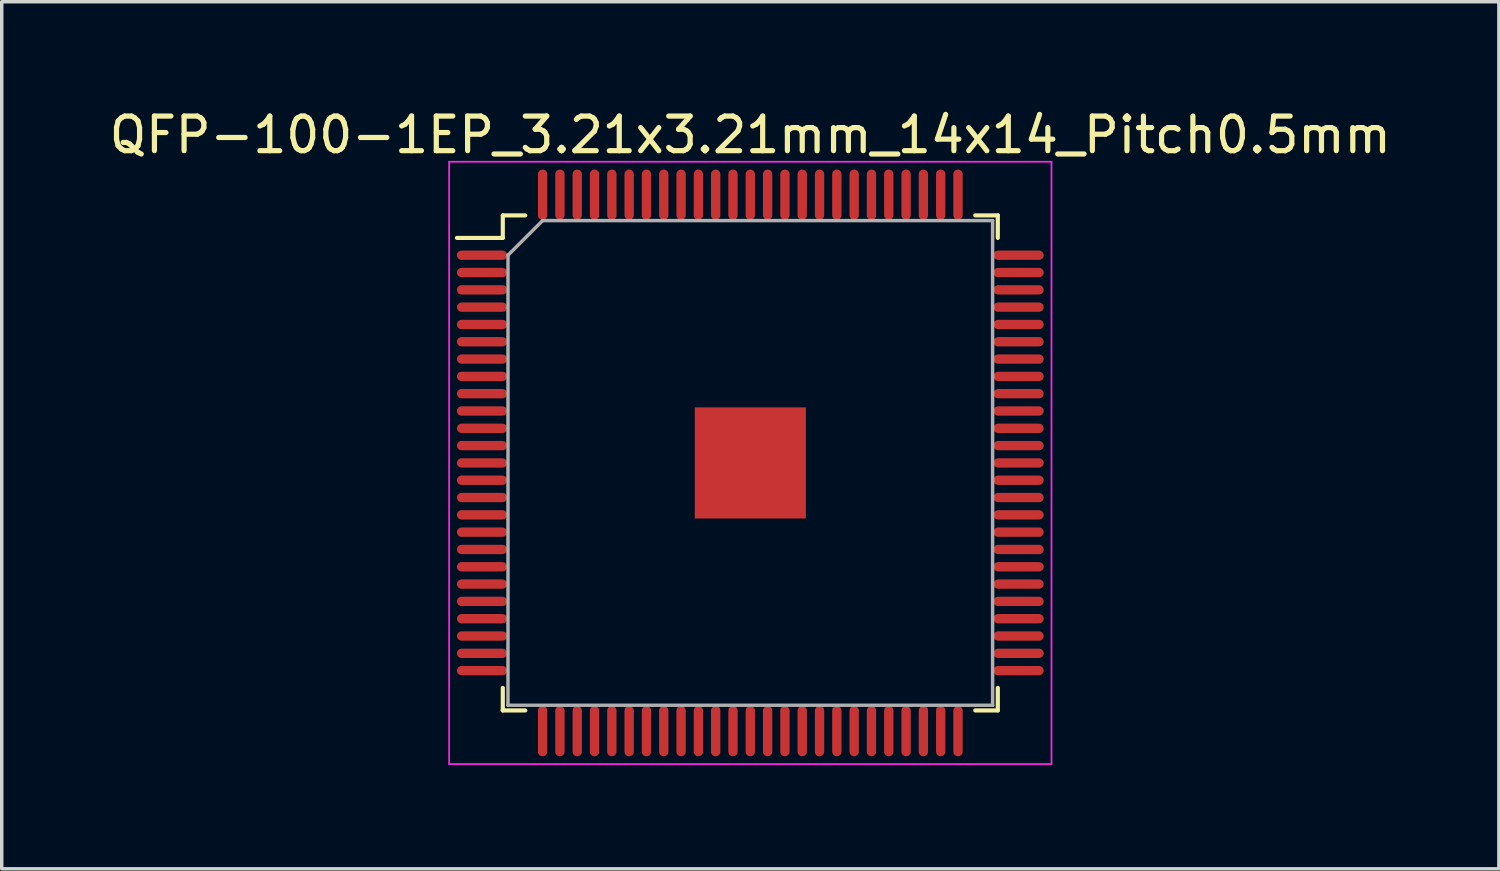
<source format=kicad_pcb>
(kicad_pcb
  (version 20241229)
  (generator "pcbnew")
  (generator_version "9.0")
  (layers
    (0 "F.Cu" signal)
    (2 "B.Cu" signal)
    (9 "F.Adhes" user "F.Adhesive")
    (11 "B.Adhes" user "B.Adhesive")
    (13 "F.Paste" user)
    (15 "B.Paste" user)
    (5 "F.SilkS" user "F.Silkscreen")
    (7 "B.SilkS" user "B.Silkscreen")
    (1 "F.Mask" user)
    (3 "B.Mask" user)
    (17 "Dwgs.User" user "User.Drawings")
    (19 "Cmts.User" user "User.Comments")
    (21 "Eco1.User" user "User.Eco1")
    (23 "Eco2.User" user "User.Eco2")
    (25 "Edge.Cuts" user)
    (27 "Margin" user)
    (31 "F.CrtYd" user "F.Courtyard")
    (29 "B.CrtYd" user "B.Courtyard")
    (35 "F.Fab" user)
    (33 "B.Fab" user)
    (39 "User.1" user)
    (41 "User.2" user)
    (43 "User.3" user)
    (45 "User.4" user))
  (footprint "QFP-100-1EP_3.21x3.21mm_14x14_Pitch0.5mm"
    (layer "F.Cu")
    (at 18.625 10.323)
    (property "Reference" "QFP-100-1EP_3.21x3.21mm_14x14_Pitch0.5mm" (at 0 -9.475 0) (layer "F.SilkS") (effects (font (size 1 1) (thickness 0.15))))
    (attr smd)
    (fp_line (start -7.15 -7.15) (end -7.15 -6.5) (stroke (width 0.12) (type solid)) (layer "F.SilkS"))
    (fp_line (start -7.15 -6.5) (end -8.475 -6.5) (stroke (width 0.12) (type solid)) (layer "F.SilkS"))
    (fp_line (start -7.15 7.15) (end -7.15 6.5) (stroke (width 0.12) (type solid)) (layer "F.SilkS"))
    (fp_line (start -6.5 -7.15) (end -7.15 -7.15) (stroke (width 0.12) (type solid)) (layer "F.SilkS"))
    (fp_line (start -6.5 7.15) (end -7.15 7.15) (stroke (width 0.12) (type solid)) (layer "F.SilkS"))
    (fp_line (start 6.5 -7.15) (end 7.15 -7.15) (stroke (width 0.12) (type solid)) (layer "F.SilkS"))
    (fp_line (start 6.5 7.15) (end 7.15 7.15) (stroke (width 0.12) (type solid)) (layer "F.SilkS"))
    (fp_line (start 7.15 -7.15) (end 7.15 -6.5) (stroke (width 0.12) (type solid)) (layer "F.SilkS"))
    (fp_line (start 7.15 7.15) (end 7.15 6.5) (stroke (width 0.12) (type solid)) (layer "F.SilkS"))
    (fp_line (start -8.7 -8.7) (end 8.7 -8.7) (stroke (width 0.05) (type solid)) (layer "F.CrtYd"))
    (fp_line (start -8.7 8.7) (end -8.7 -8.7) (stroke (width 0.05) (type solid)) (layer "F.CrtYd"))
    (fp_line (start 8.7 -8.7) (end 8.7 8.7) (stroke (width 0.05) (type solid)) (layer "F.CrtYd"))
    (fp_line (start 8.7 8.7) (end -8.7 8.7) (stroke (width 0.05) (type solid)) (layer "F.CrtYd"))
    (fp_line (start -7 -6) (end -7 7) (stroke (width 0.1) (type solid)) (layer "F.Fab"))
    (fp_line (start -7 7) (end 7 7) (stroke (width 0.1) (type solid)) (layer "F.Fab"))
    (fp_line (start -6 -7) (end -7 -6) (stroke (width 0.1) (type solid)) (layer "F.Fab"))
    (fp_line (start 7 -7) (end -6 -7) (stroke (width 0.1) (type solid)) (layer "F.Fab"))
    (fp_line (start 7 7) (end 7 -7) (stroke (width 0.1) (type solid)) (layer "F.Fab"))
    (pad "1" smd oval (at -7.75 -6 90) (size 0.27 1.45) (layers "F.Cu" "F.Mask" "F.Paste"))
    (pad "2" smd oval (at -7.75 -5.5 90) (size 0.27 1.45) (layers "F.Cu" "F.Mask" "F.Paste"))
    (pad "3" smd oval (at -7.75 -5 90) (size 0.27 1.45) (layers "F.Cu" "F.Mask" "F.Paste"))
    (pad "4" smd oval (at -7.75 -4.5 90) (size 0.27 1.45) (layers "F.Cu" "F.Mask" "F.Paste"))
    (pad "5" smd oval (at -7.75 -4 90) (size 0.27 1.45) (layers "F.Cu" "F.Mask" "F.Paste"))
    (pad "6" smd oval (at -7.75 -3.5 90) (size 0.27 1.45) (layers "F.Cu" "F.Mask" "F.Paste"))
    (pad "7" smd oval (at -7.75 -3 90) (size 0.27 1.45) (layers "F.Cu" "F.Mask" "F.Paste"))
    (pad "8" smd oval (at -7.75 -2.5 90) (size 0.27 1.45) (layers "F.Cu" "F.Mask" "F.Paste"))
    (pad "9" smd oval (at -7.75 -2 90) (size 0.27 1.45) (layers "F.Cu" "F.Mask" "F.Paste"))
    (pad "10" smd oval (at -7.75 -1.5 90) (size 0.27 1.45) (layers "F.Cu" "F.Mask" "F.Paste"))
    (pad "11" smd oval (at -7.75 -1 90) (size 0.27 1.45) (layers "F.Cu" "F.Mask" "F.Paste"))
    (pad "12" smd oval (at -7.75 -0.5 90) (size 0.27 1.45) (layers "F.Cu" "F.Mask" "F.Paste"))
    (pad "13" smd oval (at -7.75 0 90) (size 0.27 1.45) (layers "F.Cu" "F.Mask" "F.Paste"))
    (pad "14" smd oval (at -7.75 0.5 90) (size 0.27 1.45) (layers "F.Cu" "F.Mask" "F.Paste"))
    (pad "15" smd oval (at -7.75 1 90) (size 0.27 1.45) (layers "F.Cu" "F.Mask" "F.Paste"))
    (pad "16" smd oval (at -7.75 1.5 90) (size 0.27 1.45) (layers "F.Cu" "F.Mask" "F.Paste"))
    (pad "17" smd oval (at -7.75 2 90) (size 0.27 1.45) (layers "F.Cu" "F.Mask" "F.Paste"))
    (pad "18" smd oval (at -7.75 2.5 90) (size 0.27 1.45) (layers "F.Cu" "F.Mask" "F.Paste"))
    (pad "19" smd oval (at -7.75 3 90) (size 0.27 1.45) (layers "F.Cu" "F.Mask" "F.Paste"))
    (pad "20" smd oval (at -7.75 3.5 90) (size 0.27 1.45) (layers "F.Cu" "F.Mask" "F.Paste"))
    (pad "21" smd oval (at -7.75 4 90) (size 0.27 1.45) (layers "F.Cu" "F.Mask" "F.Paste"))
    (pad "22" smd oval (at -7.75 4.5 90) (size 0.27 1.45) (layers "F.Cu" "F.Mask" "F.Paste"))
    (pad "23" smd oval (at -7.75 5 90) (size 0.27 1.45) (layers "F.Cu" "F.Mask" "F.Paste"))
    (pad "24" smd oval (at -7.75 5.5 90) (size 0.27 1.45) (layers "F.Cu" "F.Mask" "F.Paste"))
    (pad "25" smd oval (at -7.75 6 90) (size 0.27 1.45) (layers "F.Cu" "F.Mask" "F.Paste"))
    (pad "26" smd oval (at -6 7.75) (size 0.27 1.45) (layers "F.Cu" "F.Mask" "F.Paste"))
    (pad "27" smd oval (at -5.5 7.75) (size 0.27 1.45) (layers "F.Cu" "F.Mask" "F.Paste"))
    (pad "28" smd oval (at -5 7.75) (size 0.27 1.45) (layers "F.Cu" "F.Mask" "F.Paste"))
    (pad "29" smd oval (at -4.5 7.75) (size 0.27 1.45) (layers "F.Cu" "F.Mask" "F.Paste"))
    (pad "30" smd oval (at -4 7.75) (size 0.27 1.45) (layers "F.Cu" "F.Mask" "F.Paste"))
    (pad "31" smd oval (at -3.5 7.75) (size 0.27 1.45) (layers "F.Cu" "F.Mask" "F.Paste"))
    (pad "32" smd oval (at -3 7.75) (size 0.27 1.45) (layers "F.Cu" "F.Mask" "F.Paste"))
    (pad "33" smd oval (at -2.5 7.75) (size 0.27 1.45) (layers "F.Cu" "F.Mask" "F.Paste"))
    (pad "34" smd oval (at -2 7.75) (size 0.27 1.45) (layers "F.Cu" "F.Mask" "F.Paste"))
    (pad "35" smd oval (at -1.5 7.75) (size 0.27 1.45) (layers "F.Cu" "F.Mask" "F.Paste"))
    (pad "36" smd oval (at -1 7.75) (size 0.27 1.45) (layers "F.Cu" "F.Mask" "F.Paste"))
    (pad "37" smd oval (at -0.5 7.75) (size 0.27 1.45) (layers "F.Cu" "F.Mask" "F.Paste"))
    (pad "38" smd oval (at 0 7.75) (size 0.27 1.45) (layers "F.Cu" "F.Mask" "F.Paste"))
    (pad "39" smd oval (at 0.5 7.75) (size 0.27 1.45) (layers "F.Cu" "F.Mask" "F.Paste"))
    (pad "40" smd oval (at 1 7.75) (size 0.27 1.45) (layers "F.Cu" "F.Mask" "F.Paste"))
    (pad "41" smd oval (at 1.5 7.75) (size 0.27 1.45) (layers "F.Cu" "F.Mask" "F.Paste"))
    (pad "42" smd oval (at 2 7.75) (size 0.27 1.45) (layers "F.Cu" "F.Mask" "F.Paste"))
    (pad "43" smd oval (at 2.5 7.75) (size 0.27 1.45) (layers "F.Cu" "F.Mask" "F.Paste"))
    (pad "44" smd oval (at 3 7.75) (size 0.27 1.45) (layers "F.Cu" "F.Mask" "F.Paste"))
    (pad "45" smd oval (at 3.5 7.75) (size 0.27 1.45) (layers "F.Cu" "F.Mask" "F.Paste"))
    (pad "46" smd oval (at 4 7.75) (size 0.27 1.45) (layers "F.Cu" "F.Mask" "F.Paste"))
    (pad "47" smd oval (at 4.5 7.75) (size 0.27 1.45) (layers "F.Cu" "F.Mask" "F.Paste"))
    (pad "48" smd oval (at 5 7.75) (size 0.27 1.45) (layers "F.Cu" "F.Mask" "F.Paste"))
    (pad "49" smd oval (at 5.5 7.75) (size 0.27 1.45) (layers "F.Cu" "F.Mask" "F.Paste"))
    (pad "50" smd oval (at 6 7.75) (size 0.27 1.45) (layers "F.Cu" "F.Mask" "F.Paste"))
    (pad "51" smd oval (at 7.75 6 90) (size 0.27 1.45) (layers "F.Cu" "F.Mask" "F.Paste"))
    (pad "52" smd oval (at 7.75 5.5 90) (size 0.27 1.45) (layers "F.Cu" "F.Mask" "F.Paste"))
    (pad "53" smd oval (at 7.75 5 90) (size 0.27 1.45) (layers "F.Cu" "F.Mask" "F.Paste"))
    (pad "54" smd oval (at 7.75 4.5 90) (size 0.27 1.45) (layers "F.Cu" "F.Mask" "F.Paste"))
    (pad "55" smd oval (at 7.75 4 90) (size 0.27 1.45) (layers "F.Cu" "F.Mask" "F.Paste"))
    (pad "56" smd oval (at 7.75 3.5 90) (size 0.27 1.45) (layers "F.Cu" "F.Mask" "F.Paste"))
    (pad "57" smd oval (at 7.75 3 90) (size 0.27 1.45) (layers "F.Cu" "F.Mask" "F.Paste"))
    (pad "58" smd oval (at 7.75 2.5 90) (size 0.27 1.45) (layers "F.Cu" "F.Mask" "F.Paste"))
    (pad "59" smd oval (at 7.75 2 90) (size 0.27 1.45) (layers "F.Cu" "F.Mask" "F.Paste"))
    (pad "60" smd oval (at 7.75 1.5 90) (size 0.27 1.45) (layers "F.Cu" "F.Mask" "F.Paste"))
    (pad "61" smd oval (at 7.75 1 90) (size 0.27 1.45) (layers "F.Cu" "F.Mask" "F.Paste"))
    (pad "62" smd oval (at 7.75 0.5 90) (size 0.27 1.45) (layers "F.Cu" "F.Mask" "F.Paste"))
    (pad "63" smd oval (at 7.75 0 90) (size 0.27 1.45) (layers "F.Cu" "F.Mask" "F.Paste"))
    (pad "64" smd oval (at 7.75 -0.5 90) (size 0.27 1.45) (layers "F.Cu" "F.Mask" "F.Paste"))
    (pad "65" smd oval (at 7.75 -1 90) (size 0.27 1.45) (layers "F.Cu" "F.Mask" "F.Paste"))
    (pad "66" smd oval (at 7.75 -1.5 90) (size 0.27 1.45) (layers "F.Cu" "F.Mask" "F.Paste"))
    (pad "67" smd oval (at 7.75 -2 90) (size 0.27 1.45) (layers "F.Cu" "F.Mask" "F.Paste"))
    (pad "68" smd oval (at 7.75 -2.5 90) (size 0.27 1.45) (layers "F.Cu" "F.Mask" "F.Paste"))
    (pad "69" smd oval (at 7.75 -3 90) (size 0.27 1.45) (layers "F.Cu" "F.Mask" "F.Paste"))
    (pad "70" smd oval (at 7.75 -3.5 90) (size 0.27 1.45) (layers "F.Cu" "F.Mask" "F.Paste"))
    (pad "71" smd oval (at 7.75 -4 90) (size 0.27 1.45) (layers "F.Cu" "F.Mask" "F.Paste"))
    (pad "72" smd oval (at 7.75 -4.5 90) (size 0.27 1.45) (layers "F.Cu" "F.Mask" "F.Paste"))
    (pad "73" smd oval (at 7.75 -5 90) (size 0.27 1.45) (layers "F.Cu" "F.Mask" "F.Paste"))
    (pad "74" smd oval (at 7.75 -5.5 90) (size 0.27 1.45) (layers "F.Cu" "F.Mask" "F.Paste"))
    (pad "75" smd oval (at 7.75 -6 90) (size 0.27 1.45) (layers "F.Cu" "F.Mask" "F.Paste"))
    (pad "76" smd oval (at 6 -7.75) (size 0.27 1.45) (layers "F.Cu" "F.Mask" "F.Paste"))
    (pad "77" smd oval (at 5.5 -7.75) (size 0.27 1.45) (layers "F.Cu" "F.Mask" "F.Paste"))
    (pad "78" smd oval (at 5 -7.75) (size 0.27 1.45) (layers "F.Cu" "F.Mask" "F.Paste"))
    (pad "79" smd oval (at 4.5 -7.75) (size 0.27 1.45) (layers "F.Cu" "F.Mask" "F.Paste"))
    (pad "80" smd oval (at 4 -7.75) (size 0.27 1.45) (layers "F.Cu" "F.Mask" "F.Paste"))
    (pad "81" smd oval (at 3.5 -7.75) (size 0.27 1.45) (layers "F.Cu" "F.Mask" "F.Paste"))
    (pad "82" smd oval (at 3 -7.75) (size 0.27 1.45) (layers "F.Cu" "F.Mask" "F.Paste"))
    (pad "83" smd oval (at 2.5 -7.75) (size 0.27 1.45) (layers "F.Cu" "F.Mask" "F.Paste"))
    (pad "84" smd oval (at 2 -7.75) (size 0.27 1.45) (layers "F.Cu" "F.Mask" "F.Paste"))
    (pad "85" smd oval (at 1.5 -7.75) (size 0.27 1.45) (layers "F.Cu" "F.Mask" "F.Paste"))
    (pad "86" smd oval (at 1 -7.75) (size 0.27 1.45) (layers "F.Cu" "F.Mask" "F.Paste"))
    (pad "87" smd oval (at 0.5 -7.75) (size 0.27 1.45) (layers "F.Cu" "F.Mask" "F.Paste"))
    (pad "88" smd oval (at 0 -7.75) (size 0.27 1.45) (layers "F.Cu" "F.Mask" "F.Paste"))
    (pad "89" smd oval (at -0.5 -7.75) (size 0.27 1.45) (layers "F.Cu" "F.Mask" "F.Paste"))
    (pad "90" smd oval (at -1 -7.75) (size 0.27 1.45) (layers "F.Cu" "F.Mask" "F.Paste"))
    (pad "91" smd oval (at -1.5 -7.75) (size 0.27 1.45) (layers "F.Cu" "F.Mask" "F.Paste"))
    (pad "92" smd oval (at -2 -7.75) (size 0.27 1.45) (layers "F.Cu" "F.Mask" "F.Paste"))
    (pad "93" smd oval (at -2.5 -7.75) (size 0.27 1.45) (layers "F.Cu" "F.Mask" "F.Paste"))
    (pad "94" smd oval (at -3 -7.75) (size 0.27 1.45) (layers "F.Cu" "F.Mask" "F.Paste"))
    (pad "95" smd oval (at -3.5 -7.75) (size 0.27 1.45) (layers "F.Cu" "F.Mask" "F.Paste"))
    (pad "96" smd oval (at -4 -7.75) (size 0.27 1.45) (layers "F.Cu" "F.Mask" "F.Paste"))
    (pad "97" smd oval (at -4.5 -7.75) (size 0.27 1.45) (layers "F.Cu" "F.Mask" "F.Paste"))
    (pad "98" smd oval (at -5 -7.75) (size 0.27 1.45) (layers "F.Cu" "F.Mask" "F.Paste"))
    (pad "99" smd oval (at -5.5 -7.75) (size 0.27 1.45) (layers "F.Cu" "F.Mask" "F.Paste"))
    (pad "100" smd oval (at -6 -7.75) (size 0.27 1.45) (layers "F.Cu" "F.Mask" "F.Paste"))
    (pad "101" smd rect (at 0 0) (size 3.21 3.21) (layers "F.Cu" "F.Mask" "F.Paste")))
  (gr_rect
    (start -3 -3)
    (end 40.25 22.048)
    (stroke (width 0.1) (type default))
    (fill no)
    (layer "Edge.Cuts")))
</source>
